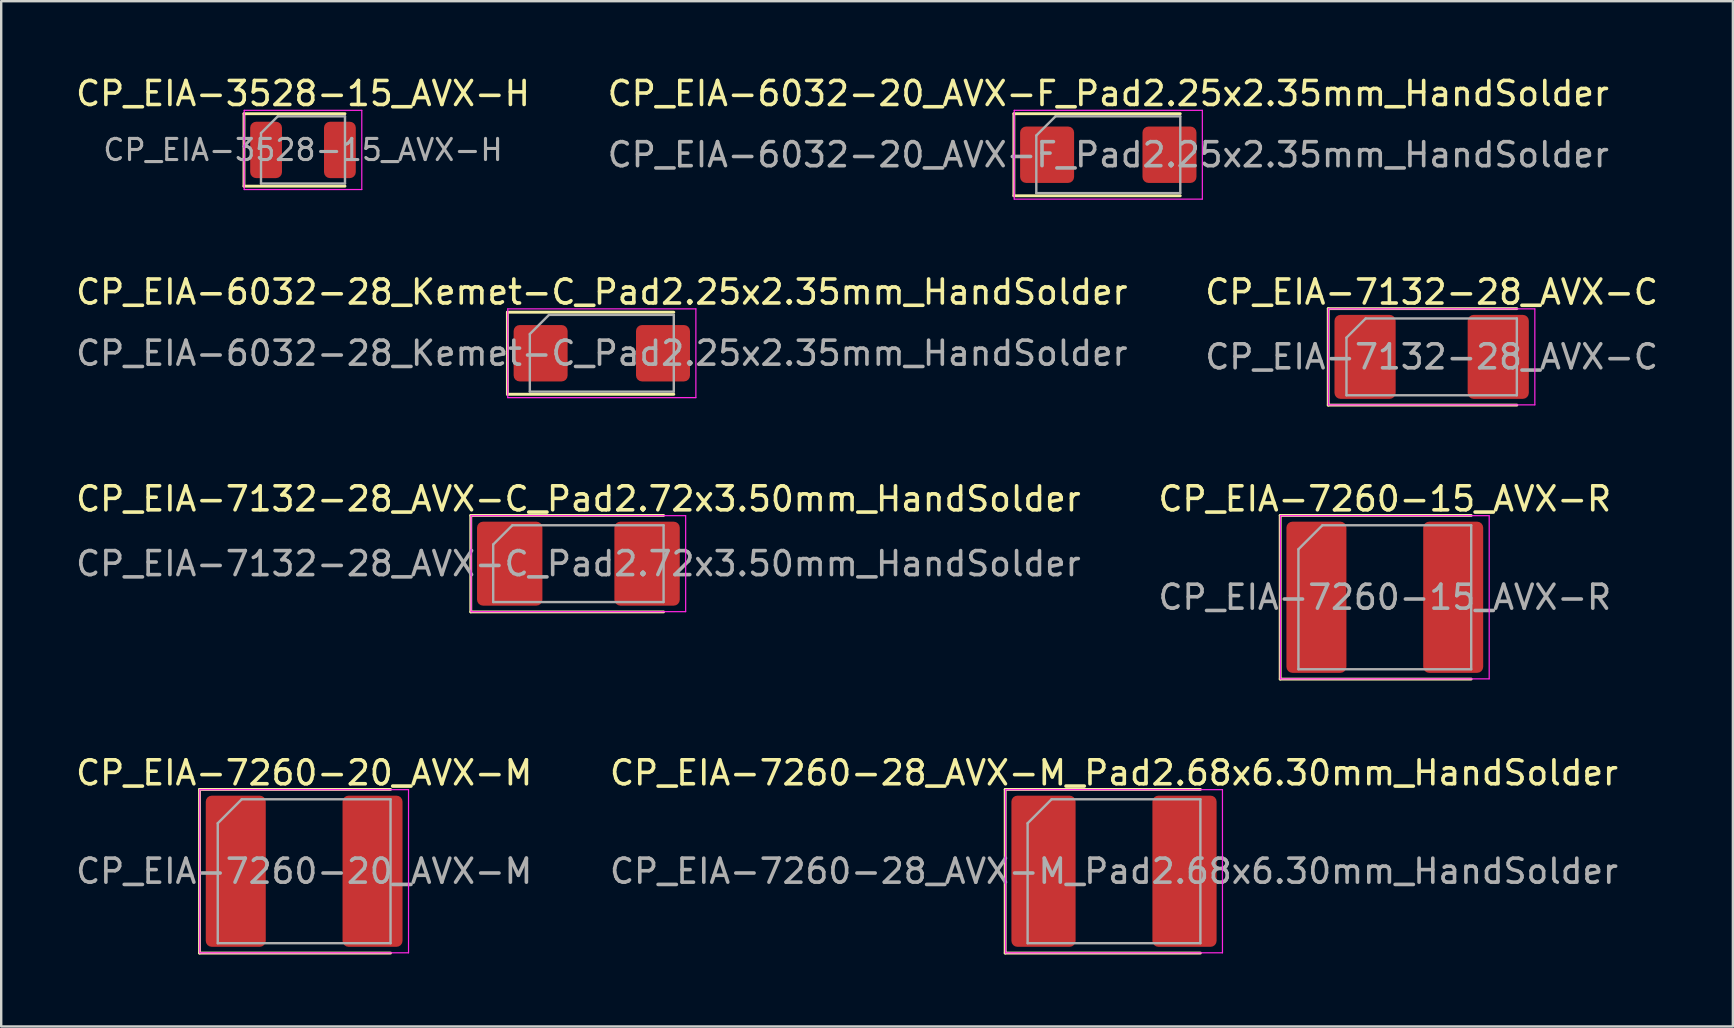
<source format=kicad_pcb>
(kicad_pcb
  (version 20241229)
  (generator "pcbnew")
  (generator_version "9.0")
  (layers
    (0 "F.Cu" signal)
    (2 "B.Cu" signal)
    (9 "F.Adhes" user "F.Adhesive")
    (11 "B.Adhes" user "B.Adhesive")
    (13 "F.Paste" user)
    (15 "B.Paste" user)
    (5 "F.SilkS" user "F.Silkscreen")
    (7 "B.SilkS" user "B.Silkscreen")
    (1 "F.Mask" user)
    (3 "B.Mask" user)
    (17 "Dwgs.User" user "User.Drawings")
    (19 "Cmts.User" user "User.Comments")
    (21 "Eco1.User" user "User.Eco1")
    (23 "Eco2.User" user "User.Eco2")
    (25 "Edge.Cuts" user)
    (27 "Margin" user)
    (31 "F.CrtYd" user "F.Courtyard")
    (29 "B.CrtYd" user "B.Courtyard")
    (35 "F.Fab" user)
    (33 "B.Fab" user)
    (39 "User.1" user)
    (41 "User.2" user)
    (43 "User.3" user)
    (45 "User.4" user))
  (footprint "CP_EIA-7260-20_AVX-M"
    (layer "F.Cu")
    (at 9.625 33.258)
    (property "Reference" "CP_EIA-7260-20_AVX-M" (at 0 -4.1 0) (layer "F.SilkS") (effects (font (size 1 1) (thickness 0.15))))
    (attr smd)
    (fp_line (start -4.36 -3.41) (end -4.36 3.41) (stroke (width 0.12) (type solid)) (layer "F.SilkS"))
    (fp_line (start -4.36 3.41) (end 3.6 3.41) (stroke (width 0.12) (type solid)) (layer "F.SilkS"))
    (fp_line (start 3.6 -3.41) (end -4.36 -3.41) (stroke (width 0.12) (type solid)) (layer "F.SilkS"))
    (fp_line (start -4.35 -3.4) (end 4.35 -3.4) (stroke (width 0.05) (type solid)) (layer "F.CrtYd"))
    (fp_line (start -4.35 3.4) (end -4.35 -3.4) (stroke (width 0.05) (type solid)) (layer "F.CrtYd"))
    (fp_line (start 4.35 -3.4) (end 4.35 3.4) (stroke (width 0.05) (type solid)) (layer "F.CrtYd"))
    (fp_line (start 4.35 3.4) (end -4.35 3.4) (stroke (width 0.05) (type solid)) (layer "F.CrtYd"))
    (fp_line (start -3.6 -2) (end -3.6 3) (stroke (width 0.1) (type solid)) (layer "F.Fab"))
    (fp_line (start -3.6 3) (end 3.6 3) (stroke (width 0.1) (type solid)) (layer "F.Fab"))
    (fp_line (start -2.6 -3) (end -3.6 -2) (stroke (width 0.1) (type solid)) (layer "F.Fab"))
    (fp_line (start 3.6 -3) (end -2.6 -3) (stroke (width 0.1) (type solid)) (layer "F.Fab"))
    (fp_line (start 3.6 3) (end 3.6 -3) (stroke (width 0.1) (type solid)) (layer "F.Fab"))
    (fp_text user "${REFERENCE}" (at 0 0 0) (layer "F.Fab") (effects (font (size 1 1) (thickness 0.15))))
    (pad "1" smd roundrect (at -2.85 0) (size 2.5 6.3) (layers "F.Cu" "F.Mask" "F.Paste") (roundrect_rratio 0.1))
    (pad "2" smd roundrect (at 2.85 0) (size 2.5 6.3) (layers "F.Cu" "F.Mask" "F.Paste") (roundrect_rratio 0.1)))
  (footprint "CP_EIA-7260-15_AVX-R"
    (layer "F.Cu")
    (at 54.661 21.84)
    (property "Reference" "CP_EIA-7260-15_AVX-R" (at 0 -4.1 0) (layer "F.SilkS") (effects (font (size 1 1) (thickness 0.15))))
    (attr smd)
    (fp_line (start -4.36 -3.41) (end -4.36 3.41) (stroke (width 0.12) (type solid)) (layer "F.SilkS"))
    (fp_line (start -4.36 3.41) (end 3.6 3.41) (stroke (width 0.12) (type solid)) (layer "F.SilkS"))
    (fp_line (start 3.6 -3.41) (end -4.36 -3.41) (stroke (width 0.12) (type solid)) (layer "F.SilkS"))
    (fp_line (start -4.35 -3.4) (end 4.35 -3.4) (stroke (width 0.05) (type solid)) (layer "F.CrtYd"))
    (fp_line (start -4.35 3.4) (end -4.35 -3.4) (stroke (width 0.05) (type solid)) (layer "F.CrtYd"))
    (fp_line (start 4.35 -3.4) (end 4.35 3.4) (stroke (width 0.05) (type solid)) (layer "F.CrtYd"))
    (fp_line (start 4.35 3.4) (end -4.35 3.4) (stroke (width 0.05) (type solid)) (layer "F.CrtYd"))
    (fp_line (start -3.6 -2) (end -3.6 3) (stroke (width 0.1) (type solid)) (layer "F.Fab"))
    (fp_line (start -3.6 3) (end 3.6 3) (stroke (width 0.1) (type solid)) (layer "F.Fab"))
    (fp_line (start -2.6 -3) (end -3.6 -2) (stroke (width 0.1) (type solid)) (layer "F.Fab"))
    (fp_line (start 3.6 -3) (end -2.6 -3) (stroke (width 0.1) (type solid)) (layer "F.Fab"))
    (fp_line (start 3.6 3) (end 3.6 -3) (stroke (width 0.1) (type solid)) (layer "F.Fab"))
    (fp_text user "${REFERENCE}" (at 0 0 0) (layer "F.Fab") (effects (font (size 1 1) (thickness 0.15))))
    (pad "1" smd roundrect (at -2.85 0) (size 2.5 6.3) (layers "F.Cu" "F.Mask" "F.Paste") (roundrect_rratio 0.1))
    (pad "2" smd roundrect (at 2.85 0) (size 2.5 6.3) (layers "F.Cu" "F.Mask" "F.Paste") (roundrect_rratio 0.1)))
  (footprint "CP_EIA-3528-15_AVX-H"
    (layer "F.Cu")
    (at 9.577 3.198)
    (property "Reference" "CP_EIA-3528-15_AVX-H" (at 0 -2.35 0) (layer "F.SilkS") (effects (font (size 1 1) (thickness 0.15))))
    (attr smd)
    (fp_line (start -2.46 -1.51) (end -2.46 1.51) (stroke (width 0.12) (type solid)) (layer "F.SilkS"))
    (fp_line (start -2.46 1.51) (end 1.75 1.51) (stroke (width 0.12) (type solid)) (layer "F.SilkS"))
    (fp_line (start 1.75 -1.51) (end -2.46 -1.51) (stroke (width 0.12) (type solid)) (layer "F.SilkS"))
    (fp_line (start -2.45 -1.65) (end 2.45 -1.65) (stroke (width 0.05) (type solid)) (layer "F.CrtYd"))
    (fp_line (start -2.45 1.65) (end -2.45 -1.65) (stroke (width 0.05) (type solid)) (layer "F.CrtYd"))
    (fp_line (start 2.45 -1.65) (end 2.45 1.65) (stroke (width 0.05) (type solid)) (layer "F.CrtYd"))
    (fp_line (start 2.45 1.65) (end -2.45 1.65) (stroke (width 0.05) (type solid)) (layer "F.CrtYd"))
    (fp_line (start -1.75 -0.7) (end -1.75 1.4) (stroke (width 0.1) (type solid)) (layer "F.Fab"))
    (fp_line (start -1.75 1.4) (end 1.75 1.4) (stroke (width 0.1) (type solid)) (layer "F.Fab"))
    (fp_line (start -1.05 -1.4) (end -1.75 -0.7) (stroke (width 0.1) (type solid)) (layer "F.Fab"))
    (fp_line (start 1.75 -1.4) (end -1.05 -1.4) (stroke (width 0.1) (type solid)) (layer "F.Fab"))
    (fp_line (start 1.75 1.4) (end 1.75 -1.4) (stroke (width 0.1) (type solid)) (layer "F.Fab"))
    (fp_text user "${REFERENCE}" (at 0 0 0) (layer "F.Fab") (effects (font (size 0.88 0.88) (thickness 0.13))))
    (pad "1" smd roundrect (at -1.538 0) (size 1.325 2.35) (layers "F.Cu" "F.Mask" "F.Paste") (roundrect_rratio 0.189))
    (pad "2" smd roundrect (at 1.538 0) (size 1.325 2.35) (layers "F.Cu" "F.Mask" "F.Paste") (roundrect_rratio 0.189)))
  (footprint "CP_EIA-6032-28_Kemet-C_Pad2.25x2.35mm_HandSolder"
    (layer "F.Cu")
    (at 22.03 11.671)
    (property "Reference" "CP_EIA-6032-28_Kemet-C_Pad2.25x2.35mm_HandSolder" (at 0 -2.55 0) (layer "F.SilkS") (effects (font (size 1 1) (thickness 0.15))))
    (attr smd)
    (fp_line (start -3.935 -1.71) (end -3.935 1.71) (stroke (width 0.12) (type solid)) (layer "F.SilkS"))
    (fp_line (start -3.935 1.71) (end 3 1.71) (stroke (width 0.12) (type solid)) (layer "F.SilkS"))
    (fp_line (start 3 -1.71) (end -3.935 -1.71) (stroke (width 0.12) (type solid)) (layer "F.SilkS"))
    (fp_line (start -3.92 -1.85) (end 3.92 -1.85) (stroke (width 0.05) (type solid)) (layer "F.CrtYd"))
    (fp_line (start -3.92 1.85) (end -3.92 -1.85) (stroke (width 0.05) (type solid)) (layer "F.CrtYd"))
    (fp_line (start 3.92 -1.85) (end 3.92 1.85) (stroke (width 0.05) (type solid)) (layer "F.CrtYd"))
    (fp_line (start 3.92 1.85) (end -3.92 1.85) (stroke (width 0.05) (type solid)) (layer "F.CrtYd"))
    (fp_line (start -3 -0.8) (end -3 1.6) (stroke (width 0.1) (type solid)) (layer "F.Fab"))
    (fp_line (start -3 1.6) (end 3 1.6) (stroke (width 0.1) (type solid)) (layer "F.Fab"))
    (fp_line (start -2.2 -1.6) (end -3 -0.8) (stroke (width 0.1) (type solid)) (layer "F.Fab"))
    (fp_line (start 3 -1.6) (end -2.2 -1.6) (stroke (width 0.1) (type solid)) (layer "F.Fab"))
    (fp_line (start 3 1.6) (end 3 -1.6) (stroke (width 0.1) (type solid)) (layer "F.Fab"))
    (fp_text user "${REFERENCE}" (at 0 0 0) (layer "F.Fab") (effects (font (size 1 1) (thickness 0.15))))
    (pad "1" smd roundrect (at -2.55 0) (size 2.25 2.35) (layers "F.Cu" "F.Mask" "F.Paste") (roundrect_rratio 0.111))
    (pad "2" smd roundrect (at 2.55 0) (size 2.25 2.35) (layers "F.Cu" "F.Mask" "F.Paste") (roundrect_rratio 0.111)))
  (footprint "CP_EIA-7132-28_AVX-C"
    (layer "F.Cu")
    (at 56.613 11.822)
    (property "Reference" "CP_EIA-7132-28_AVX-C" (at 0 -2.7 0) (layer "F.SilkS") (effects (font (size 1 1) (thickness 0.15))))
    (attr smd)
    (fp_line (start -4.31 -2.01) (end -4.31 2.01) (stroke (width 0.12) (type solid)) (layer "F.SilkS"))
    (fp_line (start -4.31 2.01) (end 3.55 2.01) (stroke (width 0.12) (type solid)) (layer "F.SilkS"))
    (fp_line (start 3.55 -2.01) (end -4.31 -2.01) (stroke (width 0.12) (type solid)) (layer "F.SilkS"))
    (fp_line (start -4.3 -2) (end 4.3 -2) (stroke (width 0.05) (type solid)) (layer "F.CrtYd"))
    (fp_line (start -4.3 2) (end -4.3 -2) (stroke (width 0.05) (type solid)) (layer "F.CrtYd"))
    (fp_line (start 4.3 -2) (end 4.3 2) (stroke (width 0.05) (type solid)) (layer "F.CrtYd"))
    (fp_line (start 4.3 2) (end -4.3 2) (stroke (width 0.05) (type solid)) (layer "F.CrtYd"))
    (fp_line (start -3.55 -0.8) (end -3.55 1.6) (stroke (width 0.1) (type solid)) (layer "F.Fab"))
    (fp_line (start -3.55 1.6) (end 3.55 1.6) (stroke (width 0.1) (type solid)) (layer "F.Fab"))
    (fp_line (start -2.75 -1.6) (end -3.55 -0.8) (stroke (width 0.1) (type solid)) (layer "F.Fab"))
    (fp_line (start 3.55 -1.6) (end -2.75 -1.6) (stroke (width 0.1) (type solid)) (layer "F.Fab"))
    (fp_line (start 3.55 1.6) (end 3.55 -1.6) (stroke (width 0.1) (type solid)) (layer "F.Fab"))
    (fp_text user "${REFERENCE}" (at 0 0 0) (layer "F.Fab") (effects (font (size 1 1) (thickness 0.15))))
    (pad "1" smd roundrect (at -2.775 0) (size 2.55 3.5) (layers "F.Cu" "F.Mask" "F.Paste") (roundrect_rratio 0.098))
    (pad "2" smd roundrect (at 2.775 0) (size 2.55 3.5) (layers "F.Cu" "F.Mask" "F.Paste") (roundrect_rratio 0.098)))
  (footprint "CP_EIA-7260-28_AVX-M_Pad2.68x6.30mm_HandSolder"
    (layer "F.Cu")
    (at 43.375 33.258)
    (property "Reference" "CP_EIA-7260-28_AVX-M_Pad2.68x6.30mm_HandSolder" (at 0 -4.1 0) (layer "F.SilkS") (effects (font (size 1 1) (thickness 0.15))))
    (attr smd)
    (fp_line (start -4.535 -3.41) (end -4.535 3.41) (stroke (width 0.12) (type solid)) (layer "F.SilkS"))
    (fp_line (start -4.535 3.41) (end 3.6 3.41) (stroke (width 0.12) (type solid)) (layer "F.SilkS"))
    (fp_line (start 3.6 -3.41) (end -4.535 -3.41) (stroke (width 0.12) (type solid)) (layer "F.SilkS"))
    (fp_line (start -4.52 -3.4) (end 4.52 -3.4) (stroke (width 0.05) (type solid)) (layer "F.CrtYd"))
    (fp_line (start -4.52 3.4) (end -4.52 -3.4) (stroke (width 0.05) (type solid)) (layer "F.CrtYd"))
    (fp_line (start 4.52 -3.4) (end 4.52 3.4) (stroke (width 0.05) (type solid)) (layer "F.CrtYd"))
    (fp_line (start 4.52 3.4) (end -4.52 3.4) (stroke (width 0.05) (type solid)) (layer "F.CrtYd"))
    (fp_line (start -3.6 -2) (end -3.6 3) (stroke (width 0.1) (type solid)) (layer "F.Fab"))
    (fp_line (start -3.6 3) (end 3.6 3) (stroke (width 0.1) (type solid)) (layer "F.Fab"))
    (fp_line (start -2.6 -3) (end -3.6 -2) (stroke (width 0.1) (type solid)) (layer "F.Fab"))
    (fp_line (start 3.6 -3) (end -2.6 -3) (stroke (width 0.1) (type solid)) (layer "F.Fab"))
    (fp_line (start 3.6 3) (end 3.6 -3) (stroke (width 0.1) (type solid)) (layer "F.Fab"))
    (fp_text user "${REFERENCE}" (at 0 0 0) (layer "F.Fab") (effects (font (size 1 1) (thickness 0.15))))
    (pad "1" smd roundrect (at -2.938 0) (size 2.675 6.3) (layers "F.Cu" "F.Mask" "F.Paste") (roundrect_rratio 0.093))
    (pad "2" smd roundrect (at 2.938 0) (size 2.675 6.3) (layers "F.Cu" "F.Mask" "F.Paste") (roundrect_rratio 0.093)))
  (footprint "CP_EIA-6032-20_AVX-F_Pad2.25x2.35mm_HandSolder"
    (layer "F.Cu")
    (at 43.137 3.398)
    (property "Reference" "CP_EIA-6032-20_AVX-F_Pad2.25x2.35mm_HandSolder" (at 0 -2.55 0) (layer "F.SilkS") (effects (font (size 1 1) (thickness 0.15))))
    (attr smd)
    (fp_line (start -3.935 -1.71) (end -3.935 1.71) (stroke (width 0.12) (type solid)) (layer "F.SilkS"))
    (fp_line (start -3.935 1.71) (end 3 1.71) (stroke (width 0.12) (type solid)) (layer "F.SilkS"))
    (fp_line (start 3 -1.71) (end -3.935 -1.71) (stroke (width 0.12) (type solid)) (layer "F.SilkS"))
    (fp_line (start -3.92 -1.85) (end 3.92 -1.85) (stroke (width 0.05) (type solid)) (layer "F.CrtYd"))
    (fp_line (start -3.92 1.85) (end -3.92 -1.85) (stroke (width 0.05) (type solid)) (layer "F.CrtYd"))
    (fp_line (start 3.92 -1.85) (end 3.92 1.85) (stroke (width 0.05) (type solid)) (layer "F.CrtYd"))
    (fp_line (start 3.92 1.85) (end -3.92 1.85) (stroke (width 0.05) (type solid)) (layer "F.CrtYd"))
    (fp_line (start -3 -0.8) (end -3 1.6) (stroke (width 0.1) (type solid)) (layer "F.Fab"))
    (fp_line (start -3 1.6) (end 3 1.6) (stroke (width 0.1) (type solid)) (layer "F.Fab"))
    (fp_line (start -2.2 -1.6) (end -3 -0.8) (stroke (width 0.1) (type solid)) (layer "F.Fab"))
    (fp_line (start 3 -1.6) (end -2.2 -1.6) (stroke (width 0.1) (type solid)) (layer "F.Fab"))
    (fp_line (start 3 1.6) (end 3 -1.6) (stroke (width 0.1) (type solid)) (layer "F.Fab"))
    (fp_text user "${REFERENCE}" (at 0 0 0) (layer "F.Fab") (effects (font (size 1 1) (thickness 0.15))))
    (pad "1" smd roundrect (at -2.55 0) (size 2.25 2.35) (layers "F.Cu" "F.Mask" "F.Paste") (roundrect_rratio 0.111))
    (pad "2" smd roundrect (at 2.55 0) (size 2.25 2.35) (layers "F.Cu" "F.Mask" "F.Paste") (roundrect_rratio 0.111)))
  (footprint "CP_EIA-7132-28_AVX-C_Pad2.72x3.50mm_HandSolder"
    (layer "F.Cu")
    (at 21.054 20.44)
    (property "Reference" "CP_EIA-7132-28_AVX-C_Pad2.72x3.50mm_HandSolder" (at 0 -2.7 0) (layer "F.SilkS") (effects (font (size 1 1) (thickness 0.15))))
    (attr smd)
    (fp_line (start -4.485 -2.01) (end -4.485 2.01) (stroke (width 0.12) (type solid)) (layer "F.SilkS"))
    (fp_line (start -4.485 2.01) (end 3.55 2.01) (stroke (width 0.12) (type solid)) (layer "F.SilkS"))
    (fp_line (start 3.55 -2.01) (end -4.485 -2.01) (stroke (width 0.12) (type solid)) (layer "F.SilkS"))
    (fp_line (start -4.47 -2) (end 4.47 -2) (stroke (width 0.05) (type solid)) (layer "F.CrtYd"))
    (fp_line (start -4.47 2) (end -4.47 -2) (stroke (width 0.05) (type solid)) (layer "F.CrtYd"))
    (fp_line (start 4.47 -2) (end 4.47 2) (stroke (width 0.05) (type solid)) (layer "F.CrtYd"))
    (fp_line (start 4.47 2) (end -4.47 2) (stroke (width 0.05) (type solid)) (layer "F.CrtYd"))
    (fp_line (start -3.55 -0.8) (end -3.55 1.6) (stroke (width 0.1) (type solid)) (layer "F.Fab"))
    (fp_line (start -3.55 1.6) (end 3.55 1.6) (stroke (width 0.1) (type solid)) (layer "F.Fab"))
    (fp_line (start -2.75 -1.6) (end -3.55 -0.8) (stroke (width 0.1) (type solid)) (layer "F.Fab"))
    (fp_line (start 3.55 -1.6) (end -2.75 -1.6) (stroke (width 0.1) (type solid)) (layer "F.Fab"))
    (fp_line (start 3.55 1.6) (end 3.55 -1.6) (stroke (width 0.1) (type solid)) (layer "F.Fab"))
    (fp_text user "${REFERENCE}" (at 0 0 0) (layer "F.Fab") (effects (font (size 1 1) (thickness 0.15))))
    (pad "1" smd roundrect (at -2.862 0) (size 2.725 3.5) (layers "F.Cu" "F.Mask" "F.Paste") (roundrect_rratio 0.092))
    (pad "2" smd roundrect (at 2.862 0) (size 2.725 3.5) (layers "F.Cu" "F.Mask" "F.Paste") (roundrect_rratio 0.092)))
  (gr_rect
    (start -3 -3)
    (end 69.167 39.728)
    (stroke (width 0.1) (type default))
    (fill no)
    (layer "Edge.Cuts")))
</source>
